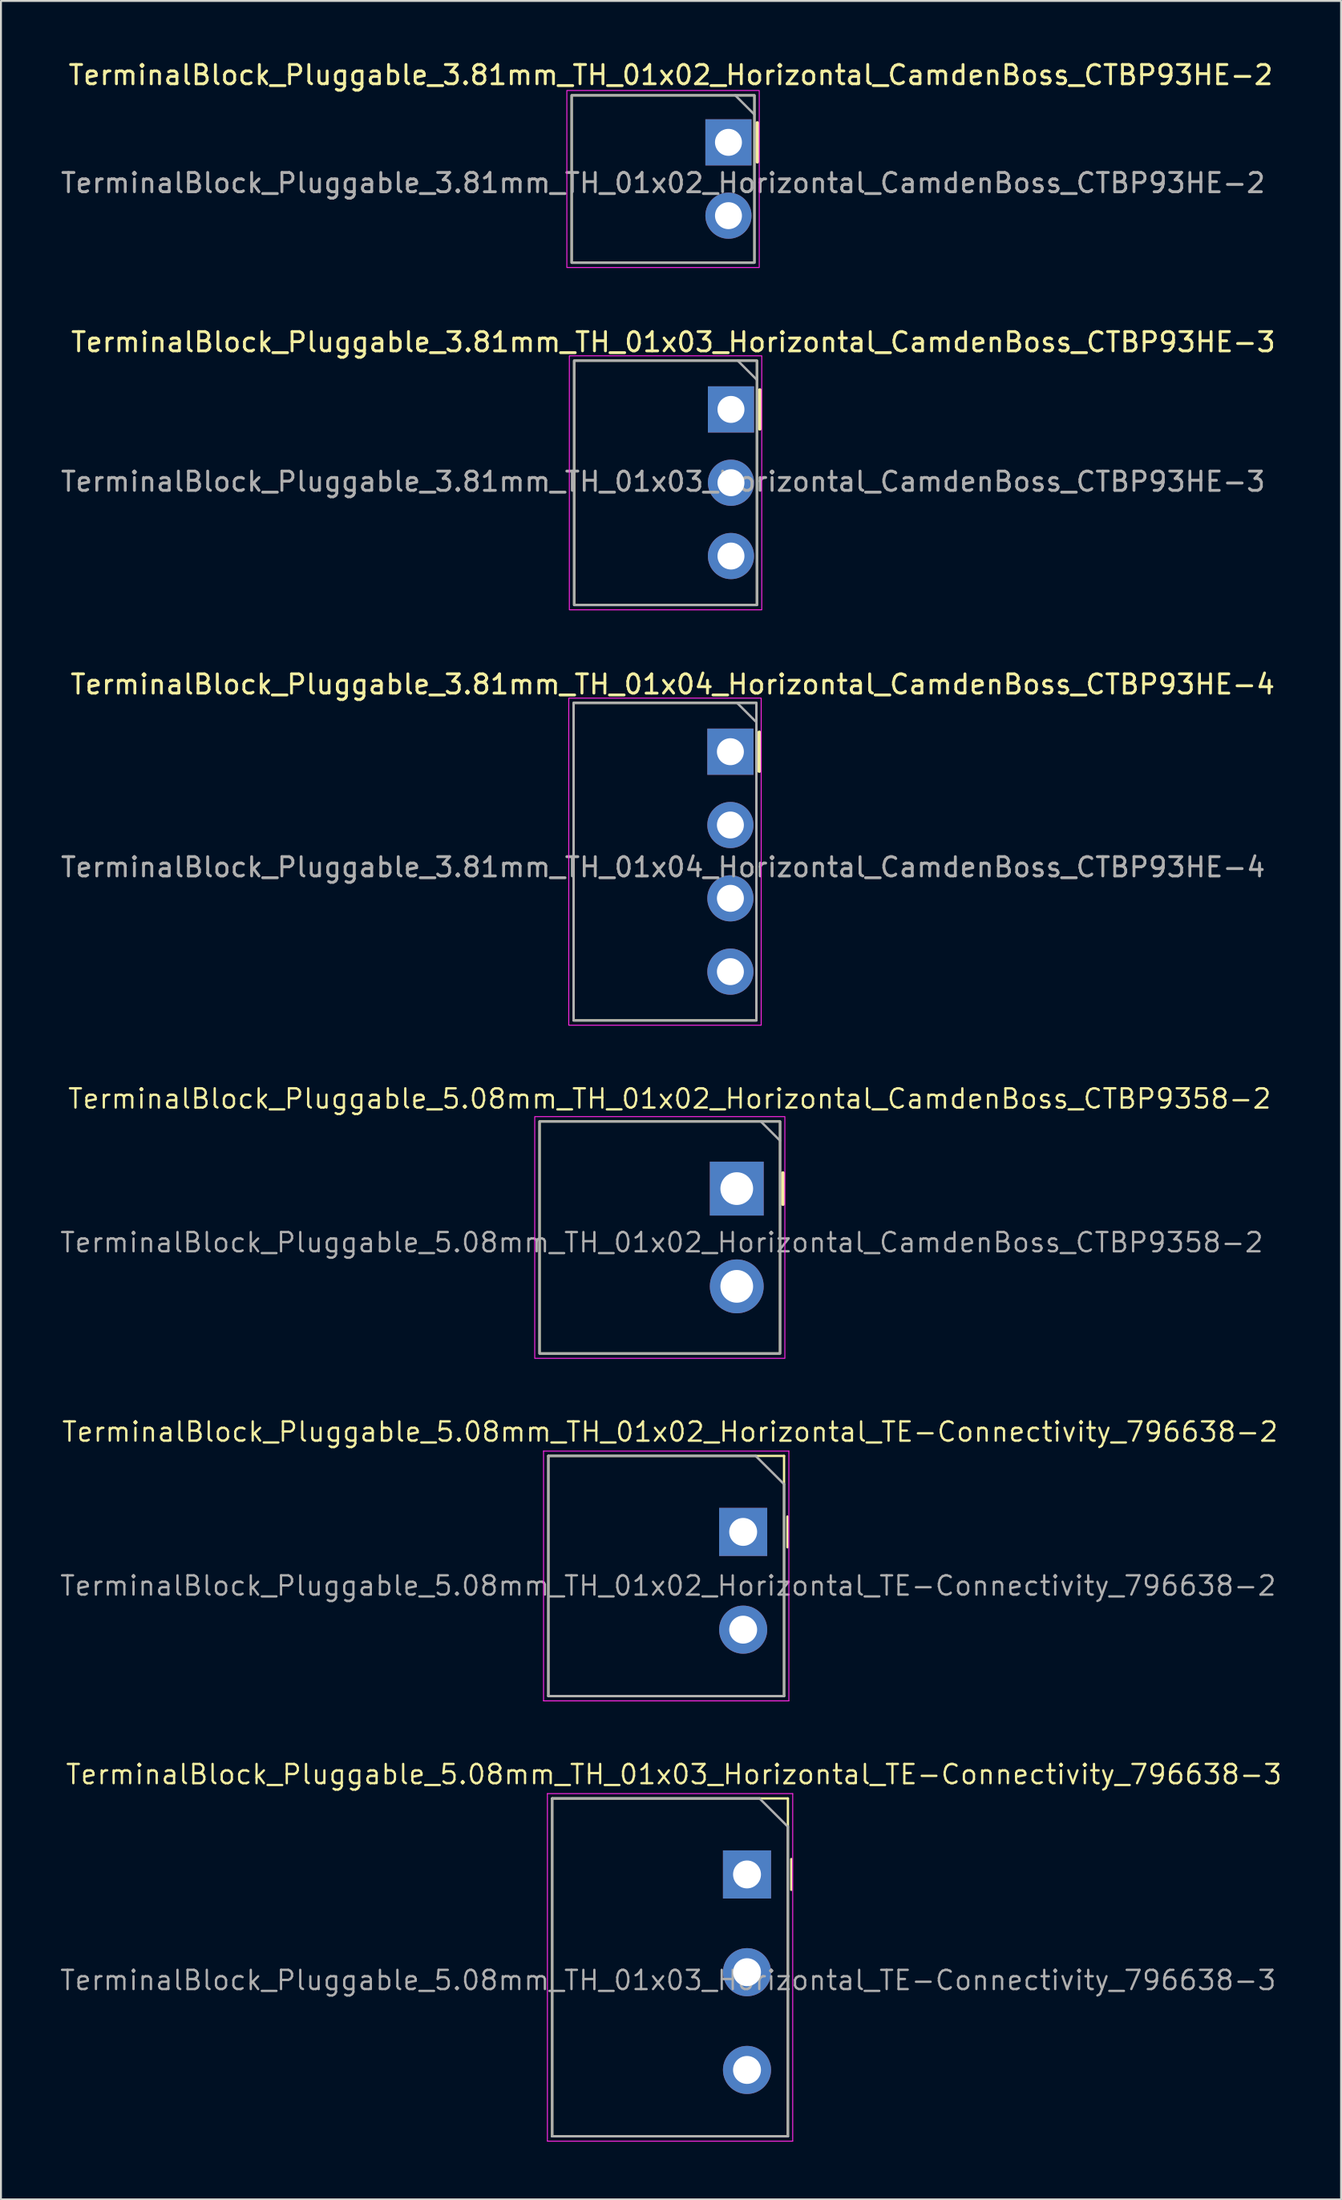
<source format=kicad_pcb>
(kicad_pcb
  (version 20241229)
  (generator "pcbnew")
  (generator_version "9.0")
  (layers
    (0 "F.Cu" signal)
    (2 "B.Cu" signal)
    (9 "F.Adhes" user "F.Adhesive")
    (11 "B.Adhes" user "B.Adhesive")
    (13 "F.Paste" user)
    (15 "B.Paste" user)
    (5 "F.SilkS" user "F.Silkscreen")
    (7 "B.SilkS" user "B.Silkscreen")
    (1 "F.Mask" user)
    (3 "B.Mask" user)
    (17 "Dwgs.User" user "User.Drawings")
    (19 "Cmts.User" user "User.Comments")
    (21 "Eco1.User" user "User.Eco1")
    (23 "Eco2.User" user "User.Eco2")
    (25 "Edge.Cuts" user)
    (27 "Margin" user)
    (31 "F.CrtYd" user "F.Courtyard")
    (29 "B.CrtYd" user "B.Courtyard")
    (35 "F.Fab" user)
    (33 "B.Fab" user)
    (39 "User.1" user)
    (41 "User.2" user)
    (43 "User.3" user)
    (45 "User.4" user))
  (footprint "TerminalBlock_Pluggable_5.08mm_TH_01x03_Horizontal_TE-Connectivity_796638-3"
    (layer "F.Cu")
    (at 35.775 94.362)
    (property "Reference" "TerminalBlock_Pluggable_5.08mm_TH_01x03_Horizontal_TE-Connectivity_796638-3" (at -3.8 -5.2 0) (unlocked yes) (layer "F.SilkS") (effects (font (size 1 1) (thickness 0.12))))
    (attr through_hole)
    (fp_line (start -10.125 -3.95) (end -10.125 13.61) (stroke (width 0.12) (type solid)) (layer "F.SilkS"))
    (fp_line (start -10.125 13.61) (end 2.125 13.61) (stroke (width 0.12) (type solid)) (layer "F.SilkS"))
    (fp_line (start 2.125 -3.95) (end -10.125 -3.95) (stroke (width 0.12) (type solid)) (layer "F.SilkS"))
    (fp_line (start 2.125 13.61) (end 2.125 -3.95) (stroke (width 0.12) (type solid)) (layer "F.SilkS"))
    (fp_line (start 2.3 -0.8) (end 2.3 0.8) (stroke (width 0.12) (type solid)) (layer "F.SilkS"))
    (fp_line (start -10.375 -4.2) (end 2.375 -4.2) (stroke (width 0.05) (type solid)) (layer "F.CrtYd"))
    (fp_line (start -10.375 13.86) (end -10.375 -4.2) (stroke (width 0.05) (type solid)) (layer "F.CrtYd"))
    (fp_line (start 2.375 -4.2) (end 2.375 13.86) (stroke (width 0.05) (type solid)) (layer "F.CrtYd"))
    (fp_line (start 2.375 13.86) (end -10.375 13.86) (stroke (width 0.05) (type solid)) (layer "F.CrtYd"))
    (fp_line (start -10.125 -3.95) (end -10.125 13.61) (stroke (width 0.12) (type solid)) (layer "F.Fab"))
    (fp_line (start -10.125 13.61) (end 2.125 13.61) (stroke (width 0.12) (type solid)) (layer "F.Fab"))
    (fp_line (start 0.65 -3.95) (end -10.125 -3.95) (stroke (width 0.12) (type solid)) (layer "F.Fab"))
    (fp_line (start 0.65 -3.95) (end 2.125 -2.48) (stroke (width 0.12) (type solid)) (layer "F.Fab"))
    (fp_line (start 2.125 13.61) (end 2.125 -2.48) (stroke (width 0.12) (type solid)) (layer "F.Fab"))
    (fp_text user "${REFERENCE}" (at -4.1 5.5 0) (layer "F.Fab") (effects (font (size 1 1) (thickness 0.12))))
    (pad "1" thru_hole rect (at 0 0) (size 2.5 2.5) (drill 1.45) (layers "*.Cu" "*.Mask"))
    (pad "2" thru_hole circle (at 0 5.08) (size 2.5 2.5) (drill 1.45) (layers "*.Cu" "*.Mask"))
    (pad "3" thru_hole circle (at 0 10.16) (size 2.5 2.5) (drill 1.45) (layers "*.Cu" "*.Mask")))
  (footprint "TerminalBlock_Pluggable_5.08mm_TH_01x02_Horizontal_TE-Connectivity_796638-2"
    (layer "F.Cu")
    (at 35.575 76.561)
    (property "Reference" "TerminalBlock_Pluggable_5.08mm_TH_01x02_Horizontal_TE-Connectivity_796638-2" (at -3.8 -5.2 0) (unlocked yes) (layer "F.SilkS") (effects (font (size 1 1) (thickness 0.12))))
    (attr through_hole)
    (fp_line (start -10.125 -3.95) (end -10.125 8.53) (stroke (width 0.12) (type solid)) (layer "F.SilkS"))
    (fp_line (start -10.125 8.53) (end 2.125 8.53) (stroke (width 0.12) (type solid)) (layer "F.SilkS"))
    (fp_line (start 2.125 -3.95) (end -10.125 -3.95) (stroke (width 0.12) (type solid)) (layer "F.SilkS"))
    (fp_line (start 2.125 8.53) (end 2.125 -3.95) (stroke (width 0.12) (type solid)) (layer "F.SilkS"))
    (fp_line (start 2.3 -0.8) (end 2.3 0.8) (stroke (width 0.12) (type solid)) (layer "F.SilkS"))
    (fp_line (start -10.375 -4.2) (end 2.375 -4.2) (stroke (width 0.05) (type solid)) (layer "F.CrtYd"))
    (fp_line (start -10.375 8.78) (end -10.375 -4.2) (stroke (width 0.05) (type solid)) (layer "F.CrtYd"))
    (fp_line (start 2.375 -4.2) (end 2.375 8.78) (stroke (width 0.05) (type solid)) (layer "F.CrtYd"))
    (fp_line (start 2.375 8.78) (end -10.375 8.78) (stroke (width 0.05) (type solid)) (layer "F.CrtYd"))
    (fp_line (start -10.125 -3.95) (end -10.125 8.53) (stroke (width 0.12) (type solid)) (layer "F.Fab"))
    (fp_line (start -10.125 8.53) (end 2.125 8.53) (stroke (width 0.12) (type solid)) (layer "F.Fab"))
    (fp_line (start 0.65 -3.95) (end -10.125 -3.95) (stroke (width 0.12) (type solid)) (layer "F.Fab"))
    (fp_line (start 0.65 -3.95) (end 2.125 -2.48) (stroke (width 0.12) (type solid)) (layer "F.Fab"))
    (fp_line (start 2.125 8.53) (end 2.125 -2.48) (stroke (width 0.12) (type solid)) (layer "F.Fab"))
    (fp_text user "${REFERENCE}" (at -3.9 2.8 0) (layer "F.Fab") (effects (font (size 1 1) (thickness 0.12))))
    (pad "1" thru_hole rect (at 0 0) (size 2.5 2.5) (drill 1.45) (layers "*.Cu" "*.Mask"))
    (pad "2" thru_hole circle (at 0 5.08) (size 2.5 2.5) (drill 1.45) (layers "*.Cu" "*.Mask")))
  (footprint "TerminalBlock_Pluggable_3.81mm_TH_01x04_Horizontal_CamdenBoss_CTBP93HE-4"
    (layer "F.Cu")
    (at 34.911 36.015)
    (property "Reference" "TerminalBlock_Pluggable_3.81mm_TH_01x04_Horizontal_CamdenBoss_CTBP93HE-4" (at -3 -3.5 0) (unlocked yes) (layer "F.SilkS") (effects (font (size 1 1) (thickness 0.15))))
    (attr through_hole)
    (fp_line (start 1.5 -1) (end 1.5 1) (stroke (width 0.2) (type default)) (layer "F.SilkS"))
    (fp_rect (start -8.15 13.965) (end 1.35 -2.535) (stroke (width 0.12) (type default)) (fill no) (layer "F.SilkS"))
    (fp_rect (start -8.4 14.215) (end 1.6 -2.785) (stroke (width 0.05) (type default)) (fill no) (layer "F.CrtYd"))
    (fp_line (start 0.35 -2.535) (end 1.35 -1.535) (stroke (width 0.12) (type default)) (layer "F.Fab"))
    (fp_rect (start -8.15 13.965) (end 1.35 -2.535) (stroke (width 0.12) (type default)) (fill no) (layer "F.Fab"))
    (fp_text user "${REFERENCE}" (at -3.5 6 0) (unlocked yes) (layer "F.Fab") (effects (font (size 1 1) (thickness 0.15))))
    (pad "1" thru_hole rect (at 0 0) (size 2.4 2.4) (drill 1.4) (layers "*.Cu" "*.Mask"))
    (pad "2" thru_hole circle (at 0 3.81) (size 2.4 2.4) (drill 1.4) (layers "*.Cu" "*.Mask"))
    (pad "3" thru_hole circle (at 0 7.62) (size 2.4 2.4) (drill 1.4) (layers "*.Cu" "*.Mask"))
    (pad "4" thru_hole circle (at 0 11.43) (size 2.4 2.4) (drill 1.4) (layers "*.Cu" "*.Mask")))
  (footprint "TerminalBlock_Pluggable_3.81mm_TH_01x03_Horizontal_CamdenBoss_CTBP93HE-3"
    (layer "F.Cu")
    (at 34.941 18.227)
    (property "Reference" "TerminalBlock_Pluggable_3.81mm_TH_01x03_Horizontal_CamdenBoss_CTBP93HE-3" (at -3 -3.5 0) (unlocked yes) (layer "F.SilkS") (effects (font (size 1 1) (thickness 0.15))))
    (attr through_hole)
    (fp_line (start 1.5 -1) (end 1.5 1) (stroke (width 0.2) (type default)) (layer "F.SilkS"))
    (fp_rect (start -8.15 10.165) (end 1.35 -2.535) (stroke (width 0.12) (type default)) (fill no) (layer "F.SilkS"))
    (fp_rect (start -8.4 10.415) (end 1.6 -2.785) (stroke (width 0.05) (type default)) (fill no) (layer "F.CrtYd"))
    (fp_line (start 0.35 -2.535) (end 1.35 -1.535) (stroke (width 0.12) (type default)) (layer "F.Fab"))
    (fp_rect (start -8.15 10.165) (end 1.35 -2.535) (stroke (width 0.12) (type default)) (fill no) (layer "F.Fab"))
    (fp_text user "${REFERENCE}" (at -3.53 3.75 0) (unlocked yes) (layer "F.Fab") (effects (font (size 1 1) (thickness 0.15))))
    (pad "1" thru_hole rect (at 0 0) (size 2.4 2.4) (drill 1.4) (layers "*.Cu" "*.Mask"))
    (pad "2" thru_hole circle (at 0 3.81) (size 2.4 2.4) (drill 1.4) (layers "*.Cu" "*.Mask"))
    (pad "3" thru_hole circle (at 0 7.62) (size 2.4 2.4) (drill 1.4) (layers "*.Cu" "*.Mask")))
  (footprint "TerminalBlock_Pluggable_5.08mm_TH_01x02_Horizontal_CamdenBoss_CTBP9358-2"
    (layer "F.Cu")
    (at 35.242 58.72)
    (property "Reference" "TerminalBlock_Pluggable_5.08mm_TH_01x02_Horizontal_CamdenBoss_CTBP9358-2" (at -3.49 -4.67 0) (unlocked yes) (layer "F.SilkS") (effects (font (size 1 1) (thickness 0.12))))
    (attr through_hole)
    (fp_line (start 2.4 -0.8) (end 2.4 0.8) (stroke (width 0.2) (type solid)) (layer "F.SilkS"))
    (fp_rect (start -10.25 8.57) (end 2.25 -3.49) (stroke (width 0.12) (type default)) (fill no) (layer "F.SilkS"))
    (fp_rect (start -10.5 8.82) (end 2.5 -3.74) (stroke (width 0.05) (type default)) (fill no) (layer "F.CrtYd"))
    (fp_line (start 1.25 -3.49) (end 2.25 -2.49) (stroke (width 0.12) (type default)) (layer "F.Fab"))
    (fp_rect (start -10.25 8.57) (end 2.25 -3.49) (stroke (width 0.12) (type default)) (fill no) (layer "F.Fab"))
    (fp_text user "${REFERENCE}" (at -3.9 2.8 0) (layer "F.Fab") (effects (font (size 1 1) (thickness 0.12))))
    (pad "1" thru_hole rect (at 0 0) (size 2.8 2.8) (drill 1.7) (layers "*.Cu" "*.Mask"))
    (pad "2" thru_hole circle (at 0 5.08) (size 2.8 2.8) (drill 1.7) (layers "*.Cu" "*.Mask")))
  (footprint "TerminalBlock_Pluggable_3.81mm_TH_01x02_Horizontal_CamdenBoss_CTBP93HE-2"
    (layer "F.Cu")
    (at 34.811 4.348)
    (property "Reference" "TerminalBlock_Pluggable_3.81mm_TH_01x02_Horizontal_CamdenBoss_CTBP93HE-2" (at -3 -3.5 0) (unlocked yes) (layer "F.SilkS") (effects (font (size 1 1) (thickness 0.15))))
    (attr through_hole)
    (fp_line (start 1.5 -1) (end 1.5 1) (stroke (width 0.2) (type default)) (layer "F.SilkS"))
    (fp_rect (start -8.15 6.255) (end 1.35 -2.445) (stroke (width 0.12) (type default)) (fill no) (layer "F.SilkS"))
    (fp_rect (start -8.4 6.505) (end 1.6 -2.695) (stroke (width 0.05) (type default)) (fill no) (layer "F.CrtYd"))
    (fp_line (start 0.35 -2.445) (end 1.35 -1.445) (stroke (width 0.12) (type default)) (layer "F.Fab"))
    (fp_rect (start -8.15 6.255) (end 1.35 -2.445) (stroke (width 0.12) (type default)) (fill no) (layer "F.Fab"))
    (fp_text user "${REFERENCE}" (at -3.4 2.11 0) (unlocked yes) (layer "F.Fab") (effects (font (size 1 1) (thickness 0.15))))
    (pad "1" thru_hole rect (at 0 0) (size 2.4 2.4) (drill 1.4) (layers "*.Cu" "*.Mask"))
    (pad "2" thru_hole circle (at 0 3.81) (size 2.4 2.4) (drill 1.4) (layers "*.Cu" "*.Mask")))
  (gr_rect
    (start -3 -3)
    (end 66.65 111.247)
    (stroke (width 0.1) (type default))
    (fill no)
    (layer "Edge.Cuts")))
</source>
